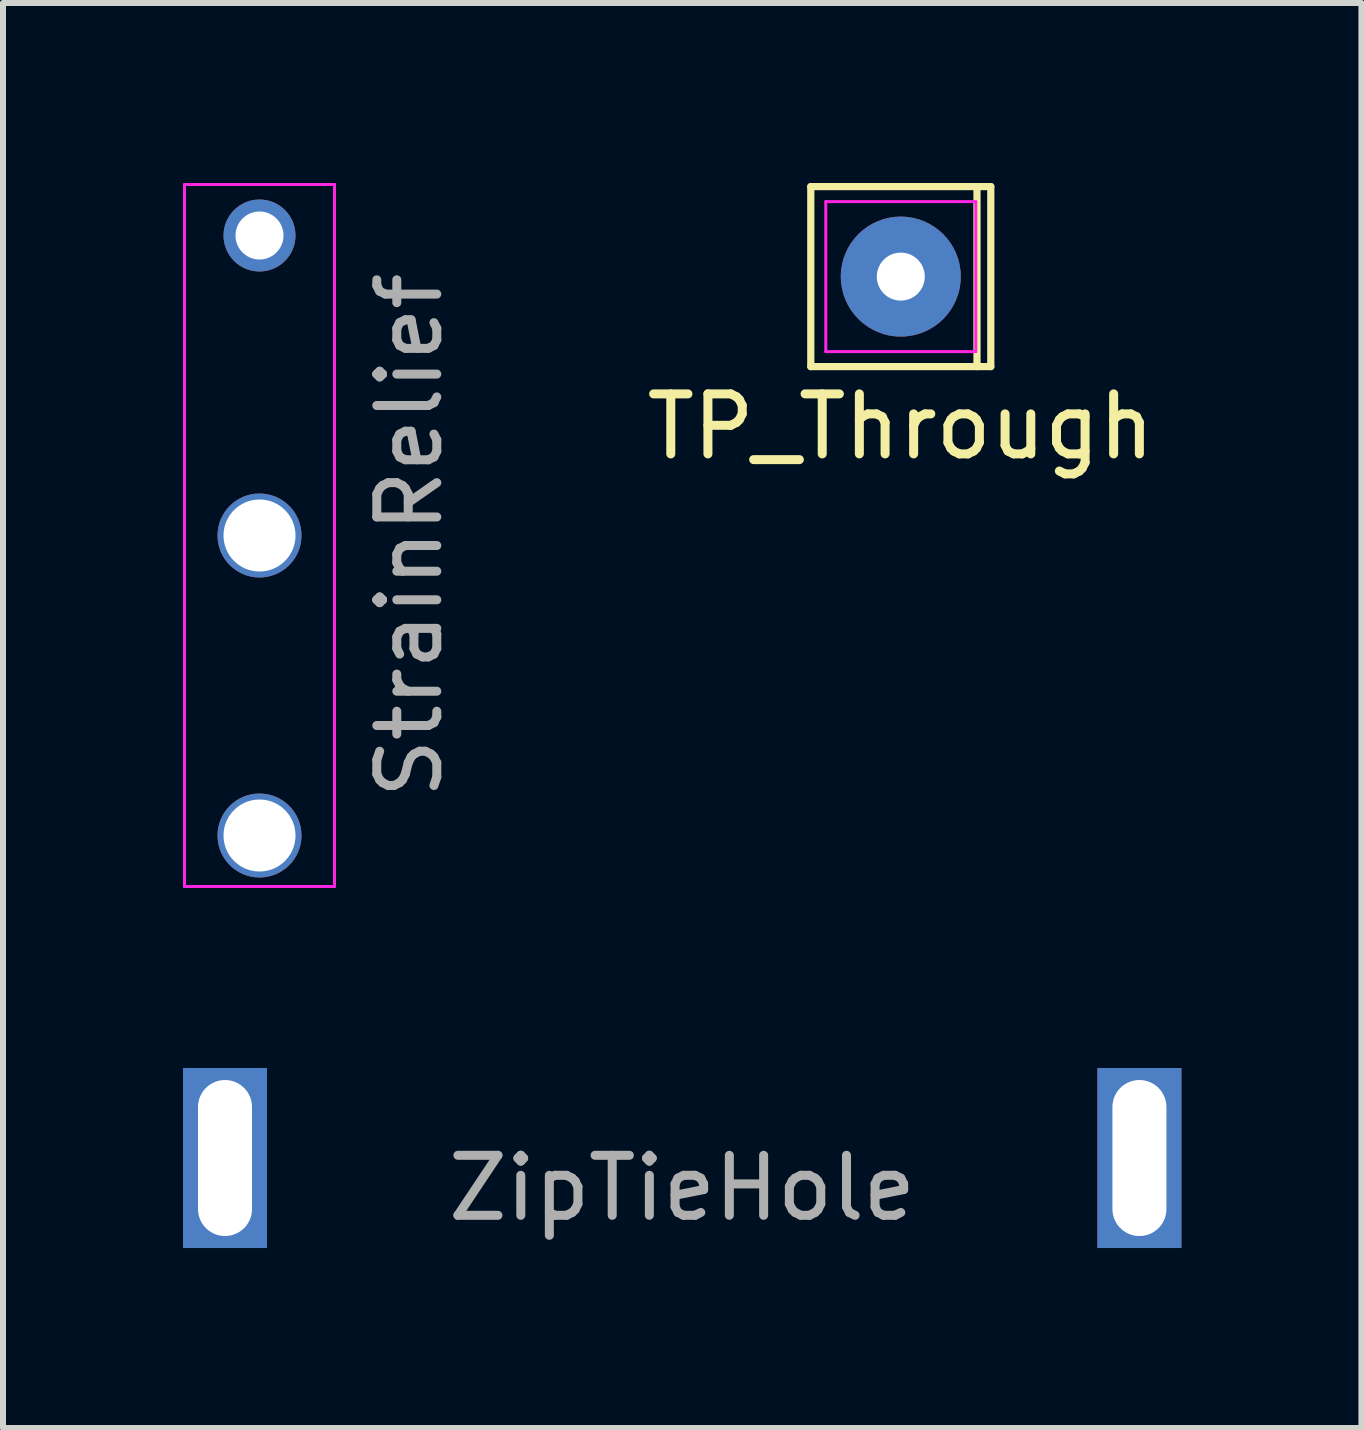
<source format=kicad_pcb>
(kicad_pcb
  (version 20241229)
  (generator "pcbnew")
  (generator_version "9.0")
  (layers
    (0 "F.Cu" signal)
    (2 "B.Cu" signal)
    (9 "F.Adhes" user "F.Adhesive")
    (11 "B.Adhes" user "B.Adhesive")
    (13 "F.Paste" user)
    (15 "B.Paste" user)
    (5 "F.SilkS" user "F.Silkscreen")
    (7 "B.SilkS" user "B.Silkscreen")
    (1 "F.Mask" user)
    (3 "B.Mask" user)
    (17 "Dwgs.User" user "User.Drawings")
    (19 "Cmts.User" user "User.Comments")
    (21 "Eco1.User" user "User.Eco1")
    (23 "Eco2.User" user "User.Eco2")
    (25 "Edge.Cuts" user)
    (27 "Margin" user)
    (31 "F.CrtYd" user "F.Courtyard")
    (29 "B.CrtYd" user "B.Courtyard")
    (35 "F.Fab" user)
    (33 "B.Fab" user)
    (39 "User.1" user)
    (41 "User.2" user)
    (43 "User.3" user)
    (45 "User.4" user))
  (footprint "ZipTieHole"
    (layer "F.Cu")
    (at 8.32 16.25)
    (property "Reference" "ZipTieHole" (at 0 0.5 0) (layer "F.Fab") (effects (font (size 1 1) (thickness 0.15))))
    (attr through_hole)
    (pad "1" thru_hole rect (at -7.62 0 90) (size 3 1.4) (drill oval 2.6 0.9) (layers "*.Cu" "*.Mask"))
    (pad "1" thru_hole rect (at 7.62 0 90) (size 3 1.4) (drill oval 2.6 0.9) (layers "*.Cu" "*.Mask")))
  (footprint "StrainRelief"
    (layer "F.Cu")
    (at 1.275 5.875)
    (property "Reference" "StrainRelief" (at 2.5 0 90) (layer "F.Fab") (effects (font (size 1 1) (thickness 0.15))))
    (attr through_hole)
    (fp_line (start -1.25 -5.85) (end 1.25 -5.85) (stroke (width 0.05) (type solid)) (layer "F.CrtYd"))
    (fp_line (start -1.25 5.85) (end -1.25 -5.85) (stroke (width 0.05) (type solid)) (layer "F.CrtYd"))
    (fp_line (start 1.25 -5.85) (end 1.25 5.85) (stroke (width 0.05) (type solid)) (layer "F.CrtYd"))
    (fp_line (start 1.25 5.85) (end -1.25 5.85) (stroke (width 0.05) (type solid)) (layer "F.CrtYd"))
    (pad "1" thru_hole circle (at 0 -5 90) (size 1.2 1.2) (drill 0.8) (layers "*.Cu" "*.Mask"))
    (pad "2" thru_hole circle (at 0 0 90) (size 1.4 1.4) (drill 1.2) (layers "*.Cu" "*.Mask"))
    (pad "3" thru_hole circle (at 0 5 90) (size 1.4 1.4) (drill 1.2) (layers "*.Cu" "*.Mask")))
  (footprint "TP_Through"
    (layer "F.Cu")
    (at 11.963 1.56)
    (property "Reference" "TP_Through" (at 0 2.5 0) (layer "F.SilkS") (effects (font (size 1 1) (thickness 0.15))))
    (attr through_hole)
    (fp_line (start -1.5 -1.5) (end 1.5 -1.5) (stroke (width 0.12) (type solid)) (layer "F.SilkS"))
    (fp_line (start -1.5 1.5) (end -1.5 -1.5) (stroke (width 0.12) (type solid)) (layer "F.SilkS"))
    (fp_line (start 1.27 -1.5) (end 1.27 1.5) (stroke (width 0.12) (type solid)) (layer "F.SilkS"))
    (fp_line (start 1.5 -1.5) (end 1.5 1.5) (stroke (width 0.12) (type solid)) (layer "F.SilkS"))
    (fp_line (start 1.5 1.5) (end -1.5 1.5) (stroke (width 0.12) (type solid)) (layer "F.SilkS"))
    (fp_line (start -1.25 -1.25) (end 1.25 -1.25) (stroke (width 0.05) (type solid)) (layer "F.CrtYd"))
    (fp_line (start -1.25 1.25) (end -1.25 -1.25) (stroke (width 0.05) (type solid)) (layer "F.CrtYd"))
    (fp_line (start 1.25 -1.25) (end 1.25 1.25) (stroke (width 0.05) (type solid)) (layer "F.CrtYd"))
    (fp_line (start 1.25 1.25) (end -1.25 1.25) (stroke (width 0.05) (type solid)) (layer "F.CrtYd"))
    (pad "1" thru_hole circle (at 0 0) (size 2 2) (drill 0.8) (layers "*.Cu" "*.Mask")))
  (gr_rect
    (start -3 -3)
    (end 19.64 20.75)
    (stroke (width 0.1) (type default))
    (fill no)
    (layer "Edge.Cuts")))
</source>
